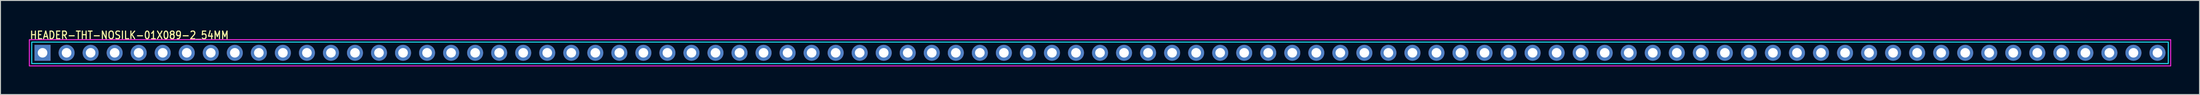
<source format=kicad_pcb>
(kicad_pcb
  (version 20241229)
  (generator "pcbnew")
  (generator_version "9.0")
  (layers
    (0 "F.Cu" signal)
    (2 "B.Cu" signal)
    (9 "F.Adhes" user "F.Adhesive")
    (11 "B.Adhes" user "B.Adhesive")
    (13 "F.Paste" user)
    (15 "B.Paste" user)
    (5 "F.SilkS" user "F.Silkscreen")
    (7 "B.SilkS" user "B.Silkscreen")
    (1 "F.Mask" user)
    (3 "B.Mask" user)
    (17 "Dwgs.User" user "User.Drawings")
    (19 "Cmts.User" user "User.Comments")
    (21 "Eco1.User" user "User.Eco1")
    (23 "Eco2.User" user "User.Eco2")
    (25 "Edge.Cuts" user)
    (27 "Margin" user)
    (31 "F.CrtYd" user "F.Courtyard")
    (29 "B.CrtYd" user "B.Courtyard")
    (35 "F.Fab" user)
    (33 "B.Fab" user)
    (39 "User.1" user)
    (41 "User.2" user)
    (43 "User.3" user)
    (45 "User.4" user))
  (footprint "HEADER-THT-NOSILK-01X089-2_54MM"
    (layer "F.Cu")
    (at 1.447 2.579)
    (property "Reference" "HEADER-THT-NOSILK-01X089-2_54MM" (at -1.4 -1.4 0) (unlocked yes) (layer "F.SilkS") (effects (font (size 0.813 0.695) (thickness 0.122)) (justify left bottom)))
    (fp_poly (pts (xy -1.143 -1.143) (xy 224.663 -1.143) (xy 224.663 1.143) (xy -1.143 1.143)) (stroke (width 0.1) (type solid)) (fill no) (layer "B.CrtYd"))
    (fp_poly (pts (xy -1.397 -1.397) (xy 224.917 -1.397) (xy 224.917 1.397) (xy -1.397 1.397)) (stroke (width 0.1) (type solid)) (fill no) (layer "F.CrtYd"))
    (pad "1" thru_hole rect (at 0 0) (size 1.693 1.693) (drill 1.016) (layers "*.Cu" "*.Mask"))
    (pad "2" thru_hole oval (at 2.54 0) (size 1.693 1.693) (drill 1.016) (layers "*.Cu" "*.Mask"))
    (pad "3" thru_hole oval (at 5.08 0) (size 1.693 1.693) (drill 1.016) (layers "*.Cu" "*.Mask"))
    (pad "4" thru_hole oval (at 7.62 0) (size 1.693 1.693) (drill 1.016) (layers "*.Cu" "*.Mask"))
    (pad "5" thru_hole oval (at 10.16 0) (size 1.693 1.693) (drill 1.016) (layers "*.Cu" "*.Mask"))
    (pad "6" thru_hole oval (at 12.7 0) (size 1.693 1.693) (drill 1.016) (layers "*.Cu" "*.Mask"))
    (pad "7" thru_hole oval (at 15.24 0) (size 1.693 1.693) (drill 1.016) (layers "*.Cu" "*.Mask"))
    (pad "8" thru_hole oval (at 17.78 0) (size 1.693 1.693) (drill 1.016) (layers "*.Cu" "*.Mask"))
    (pad "9" thru_hole oval (at 20.32 0) (size 1.693 1.693) (drill 1.016) (layers "*.Cu" "*.Mask"))
    (pad "10" thru_hole oval (at 22.86 0) (size 1.693 1.693) (drill 1.016) (layers "*.Cu" "*.Mask"))
    (pad "11" thru_hole oval (at 25.4 0) (size 1.693 1.693) (drill 1.016) (layers "*.Cu" "*.Mask"))
    (pad "12" thru_hole oval (at 27.94 0) (size 1.693 1.693) (drill 1.016) (layers "*.Cu" "*.Mask"))
    (pad "13" thru_hole oval (at 30.48 0) (size 1.693 1.693) (drill 1.016) (layers "*.Cu" "*.Mask"))
    (pad "14" thru_hole oval (at 33.02 0) (size 1.693 1.693) (drill 1.016) (layers "*.Cu" "*.Mask"))
    (pad "15" thru_hole oval (at 35.56 0) (size 1.693 1.693) (drill 1.016) (layers "*.Cu" "*.Mask"))
    (pad "16" thru_hole oval (at 38.1 0) (size 1.693 1.693) (drill 1.016) (layers "*.Cu" "*.Mask"))
    (pad "17" thru_hole oval (at 40.64 0) (size 1.693 1.693) (drill 1.016) (layers "*.Cu" "*.Mask"))
    (pad "18" thru_hole oval (at 43.18 0) (size 1.693 1.693) (drill 1.016) (layers "*.Cu" "*.Mask"))
    (pad "19" thru_hole oval (at 45.72 0) (size 1.693 1.693) (drill 1.016) (layers "*.Cu" "*.Mask"))
    (pad "20" thru_hole oval (at 48.26 0) (size 1.693 1.693) (drill 1.016) (layers "*.Cu" "*.Mask"))
    (pad "21" thru_hole oval (at 50.8 0) (size 1.693 1.693) (drill 1.016) (layers "*.Cu" "*.Mask"))
    (pad "22" thru_hole oval (at 53.34 0) (size 1.693 1.693) (drill 1.016) (layers "*.Cu" "*.Mask"))
    (pad "23" thru_hole oval (at 55.88 0) (size 1.693 1.693) (drill 1.016) (layers "*.Cu" "*.Mask"))
    (pad "24" thru_hole oval (at 58.42 0) (size 1.693 1.693) (drill 1.016) (layers "*.Cu" "*.Mask"))
    (pad "25" thru_hole oval (at 60.96 0) (size 1.693 1.693) (drill 1.016) (layers "*.Cu" "*.Mask"))
    (pad "26" thru_hole oval (at 63.5 0) (size 1.693 1.693) (drill 1.016) (layers "*.Cu" "*.Mask"))
    (pad "27" thru_hole oval (at 66.04 0) (size 1.693 1.693) (drill 1.016) (layers "*.Cu" "*.Mask"))
    (pad "28" thru_hole oval (at 68.58 0) (size 1.693 1.693) (drill 1.016) (layers "*.Cu" "*.Mask"))
    (pad "29" thru_hole oval (at 71.12 0) (size 1.693 1.693) (drill 1.016) (layers "*.Cu" "*.Mask"))
    (pad "30" thru_hole oval (at 73.66 0) (size 1.693 1.693) (drill 1.016) (layers "*.Cu" "*.Mask"))
    (pad "31" thru_hole oval (at 76.2 0) (size 1.693 1.693) (drill 1.016) (layers "*.Cu" "*.Mask"))
    (pad "32" thru_hole oval (at 78.74 0) (size 1.693 1.693) (drill 1.016) (layers "*.Cu" "*.Mask"))
    (pad "33" thru_hole oval (at 81.28 0) (size 1.693 1.693) (drill 1.016) (layers "*.Cu" "*.Mask"))
    (pad "34" thru_hole oval (at 83.82 0) (size 1.693 1.693) (drill 1.016) (layers "*.Cu" "*.Mask"))
    (pad "35" thru_hole oval (at 86.36 0) (size 1.693 1.693) (drill 1.016) (layers "*.Cu" "*.Mask"))
    (pad "36" thru_hole oval (at 88.9 0) (size 1.693 1.693) (drill 1.016) (layers "*.Cu" "*.Mask"))
    (pad "37" thru_hole oval (at 91.44 0) (size 1.693 1.693) (drill 1.016) (layers "*.Cu" "*.Mask"))
    (pad "38" thru_hole oval (at 93.98 0) (size 1.693 1.693) (drill 1.016) (layers "*.Cu" "*.Mask"))
    (pad "39" thru_hole oval (at 96.52 0) (size 1.693 1.693) (drill 1.016) (layers "*.Cu" "*.Mask"))
    (pad "40" thru_hole oval (at 99.06 0) (size 1.693 1.693) (drill 1.016) (layers "*.Cu" "*.Mask"))
    (pad "41" thru_hole oval (at 101.6 0) (size 1.693 1.693) (drill 1.016) (layers "*.Cu" "*.Mask"))
    (pad "42" thru_hole oval (at 104.14 0) (size 1.693 1.693) (drill 1.016) (layers "*.Cu" "*.Mask"))
    (pad "43" thru_hole oval (at 106.68 0) (size 1.693 1.693) (drill 1.016) (layers "*.Cu" "*.Mask"))
    (pad "44" thru_hole oval (at 109.22 0) (size 1.693 1.693) (drill 1.016) (layers "*.Cu" "*.Mask"))
    (pad "45" thru_hole oval (at 111.76 0) (size 1.693 1.693) (drill 1.016) (layers "*.Cu" "*.Mask"))
    (pad "46" thru_hole oval (at 114.3 0) (size 1.693 1.693) (drill 1.016) (layers "*.Cu" "*.Mask"))
    (pad "47" thru_hole oval (at 116.84 0) (size 1.693 1.693) (drill 1.016) (layers "*.Cu" "*.Mask"))
    (pad "48" thru_hole oval (at 119.38 0) (size 1.693 1.693) (drill 1.016) (layers "*.Cu" "*.Mask"))
    (pad "49" thru_hole oval (at 121.92 0) (size 1.693 1.693) (drill 1.016) (layers "*.Cu" "*.Mask"))
    (pad "50" thru_hole oval (at 124.46 0) (size 1.693 1.693) (drill 1.016) (layers "*.Cu" "*.Mask"))
    (pad "51" thru_hole oval (at 127 0) (size 1.693 1.693) (drill 1.016) (layers "*.Cu" "*.Mask"))
    (pad "52" thru_hole oval (at 129.54 0) (size 1.693 1.693) (drill 1.016) (layers "*.Cu" "*.Mask"))
    (pad "53" thru_hole oval (at 132.08 0) (size 1.693 1.693) (drill 1.016) (layers "*.Cu" "*.Mask"))
    (pad "54" thru_hole oval (at 134.62 0) (size 1.693 1.693) (drill 1.016) (layers "*.Cu" "*.Mask"))
    (pad "55" thru_hole oval (at 137.16 0) (size 1.693 1.693) (drill 1.016) (layers "*.Cu" "*.Mask"))
    (pad "56" thru_hole oval (at 139.7 0) (size 1.693 1.693) (drill 1.016) (layers "*.Cu" "*.Mask"))
    (pad "57" thru_hole oval (at 142.24 0) (size 1.693 1.693) (drill 1.016) (layers "*.Cu" "*.Mask"))
    (pad "58" thru_hole oval (at 144.78 0) (size 1.693 1.693) (drill 1.016) (layers "*.Cu" "*.Mask"))
    (pad "59" thru_hole oval (at 147.32 0) (size 1.693 1.693) (drill 1.016) (layers "*.Cu" "*.Mask"))
    (pad "60" thru_hole oval (at 149.86 0) (size 1.693 1.693) (drill 1.016) (layers "*.Cu" "*.Mask"))
    (pad "61" thru_hole oval (at 152.4 0) (size 1.693 1.693) (drill 1.016) (layers "*.Cu" "*.Mask"))
    (pad "62" thru_hole oval (at 154.94 0) (size 1.693 1.693) (drill 1.016) (layers "*.Cu" "*.Mask"))
    (pad "63" thru_hole oval (at 157.48 0) (size 1.693 1.693) (drill 1.016) (layers "*.Cu" "*.Mask"))
    (pad "64" thru_hole oval (at 160.02 0) (size 1.693 1.693) (drill 1.016) (layers "*.Cu" "*.Mask"))
    (pad "65" thru_hole oval (at 162.56 0) (size 1.693 1.693) (drill 1.016) (layers "*.Cu" "*.Mask"))
    (pad "66" thru_hole oval (at 165.1 0) (size 1.693 1.693) (drill 1.016) (layers "*.Cu" "*.Mask"))
    (pad "67" thru_hole oval (at 167.64 0) (size 1.693 1.693) (drill 1.016) (layers "*.Cu" "*.Mask"))
    (pad "68" thru_hole oval (at 170.18 0) (size 1.693 1.693) (drill 1.016) (layers "*.Cu" "*.Mask"))
    (pad "69" thru_hole oval (at 172.72 0) (size 1.693 1.693) (drill 1.016) (layers "*.Cu" "*.Mask"))
    (pad "70" thru_hole oval (at 175.26 0) (size 1.693 1.693) (drill 1.016) (layers "*.Cu" "*.Mask"))
    (pad "71" thru_hole oval (at 177.8 0) (size 1.693 1.693) (drill 1.016) (layers "*.Cu" "*.Mask"))
    (pad "72" thru_hole oval (at 180.34 0) (size 1.693 1.693) (drill 1.016) (layers "*.Cu" "*.Mask"))
    (pad "73" thru_hole oval (at 182.88 0) (size 1.693 1.693) (drill 1.016) (layers "*.Cu" "*.Mask"))
    (pad "74" thru_hole oval (at 185.42 0) (size 1.693 1.693) (drill 1.016) (layers "*.Cu" "*.Mask"))
    (pad "75" thru_hole oval (at 187.96 0) (size 1.693 1.693) (drill 1.016) (layers "*.Cu" "*.Mask"))
    (pad "76" thru_hole oval (at 190.5 0) (size 1.693 1.693) (drill 1.016) (layers "*.Cu" "*.Mask"))
    (pad "77" thru_hole oval (at 193.04 0) (size 1.693 1.693) (drill 1.016) (layers "*.Cu" "*.Mask"))
    (pad "78" thru_hole oval (at 195.58 0) (size 1.693 1.693) (drill 1.016) (layers "*.Cu" "*.Mask"))
    (pad "79" thru_hole oval (at 198.12 0) (size 1.693 1.693) (drill 1.016) (layers "*.Cu" "*.Mask"))
    (pad "80" thru_hole oval (at 200.66 0) (size 1.693 1.693) (drill 1.016) (layers "*.Cu" "*.Mask"))
    (pad "81" thru_hole oval (at 203.2 0) (size 1.693 1.693) (drill 1.016) (layers "*.Cu" "*.Mask"))
    (pad "82" thru_hole oval (at 205.74 0) (size 1.693 1.693) (drill 1.016) (layers "*.Cu" "*.Mask"))
    (pad "83" thru_hole oval (at 208.28 0) (size 1.693 1.693) (drill 1.016) (layers "*.Cu" "*.Mask"))
    (pad "84" thru_hole oval (at 210.82 0) (size 1.693 1.693) (drill 1.016) (layers "*.Cu" "*.Mask"))
    (pad "85" thru_hole oval (at 213.36 0) (size 1.693 1.693) (drill 1.016) (layers "*.Cu" "*.Mask"))
    (pad "86" thru_hole oval (at 215.9 0) (size 1.693 1.693) (drill 1.016) (layers "*.Cu" "*.Mask"))
    (pad "87" thru_hole oval (at 218.44 0) (size 1.693 1.693) (drill 1.016) (layers "*.Cu" "*.Mask"))
    (pad "88" thru_hole oval (at 220.98 0) (size 1.693 1.693) (drill 1.016) (layers "*.Cu" "*.Mask"))
    (pad "89" thru_hole oval (at 223.52 0) (size 1.693 1.693) (drill 1.016) (layers "*.Cu" "*.Mask")))
  (gr_rect
    (start -3 -3)
    (end 229.414 7.026)
    (stroke (width 0.1) (type default))
    (fill no)
    (layer "Edge.Cuts")))
</source>
